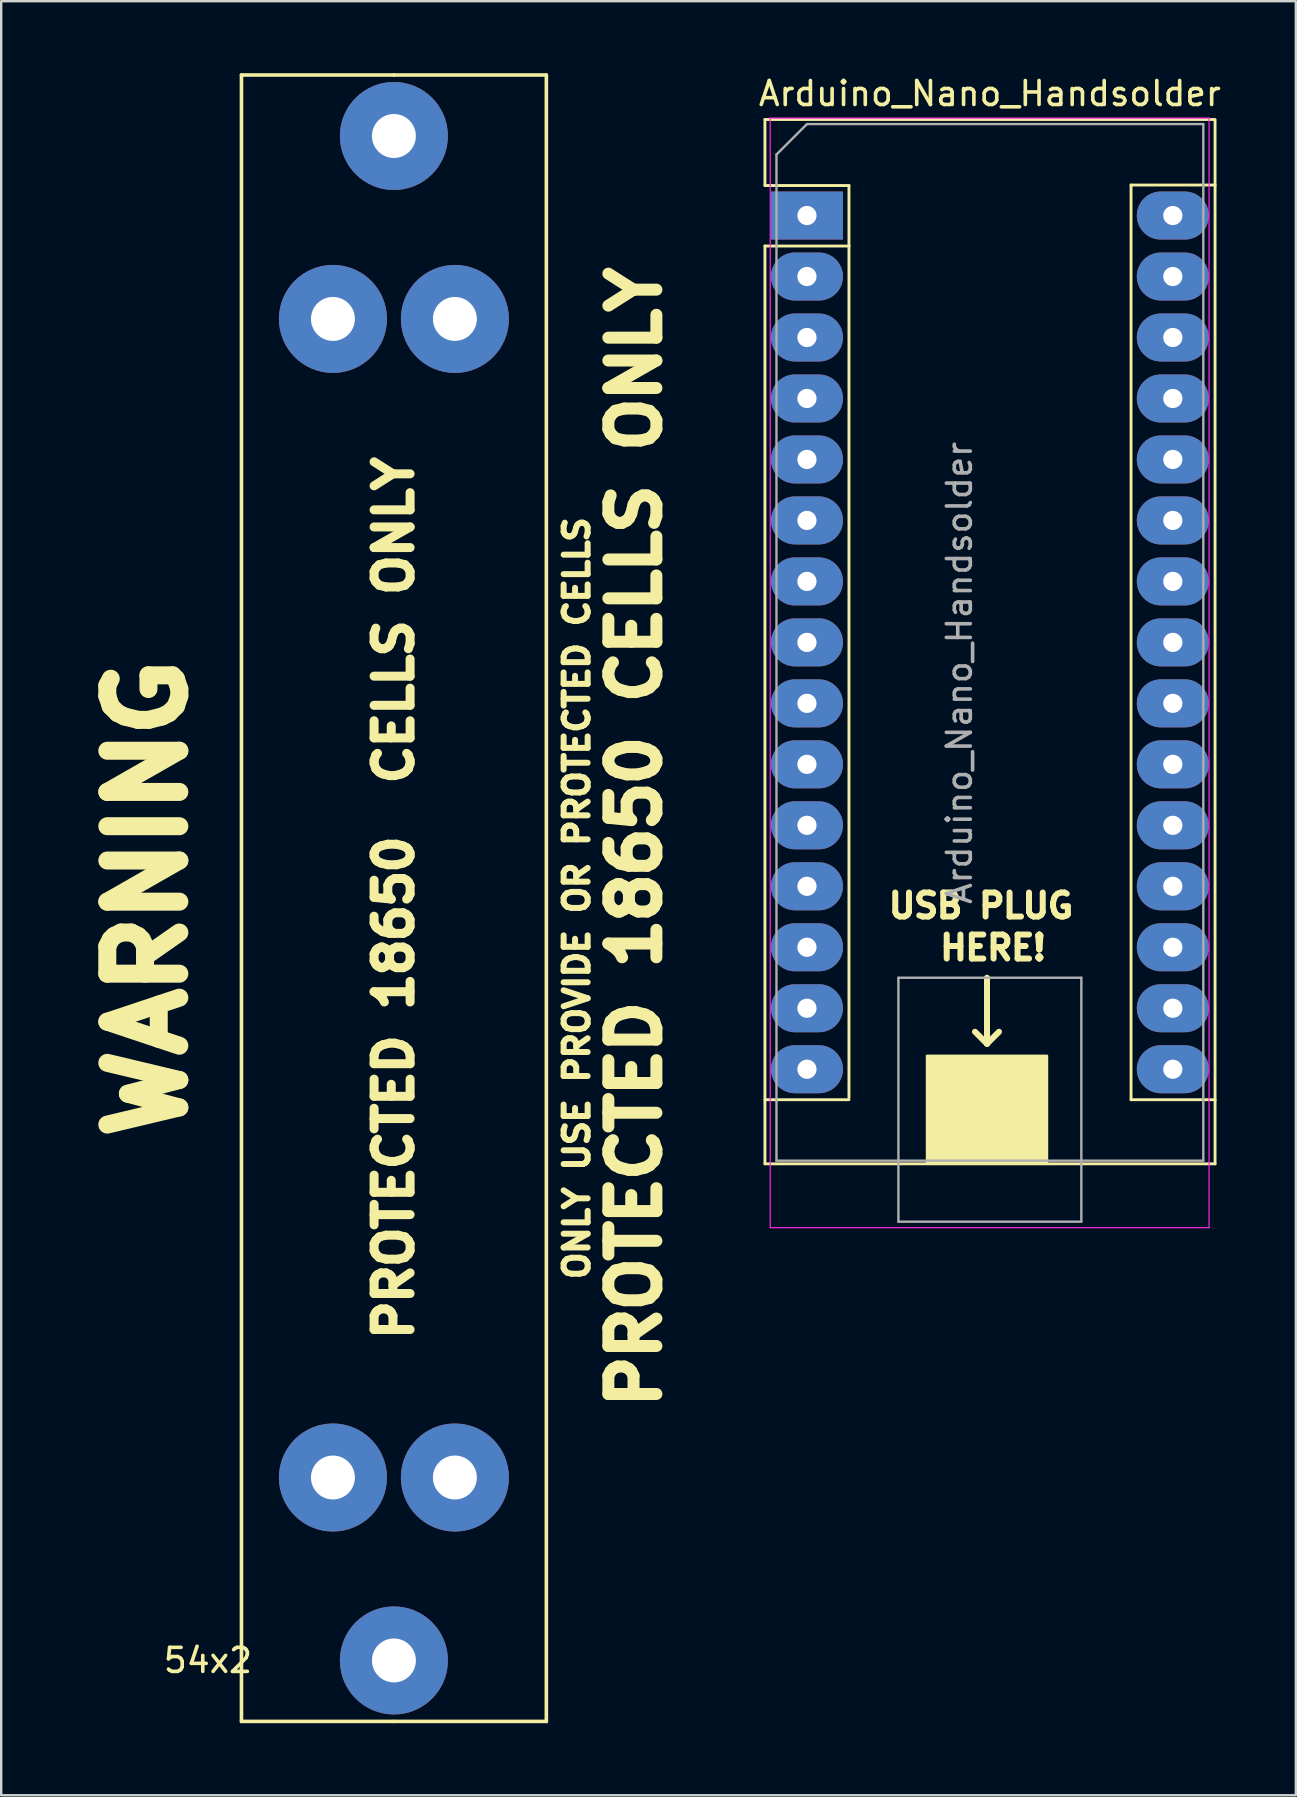
<source format=kicad_pcb>
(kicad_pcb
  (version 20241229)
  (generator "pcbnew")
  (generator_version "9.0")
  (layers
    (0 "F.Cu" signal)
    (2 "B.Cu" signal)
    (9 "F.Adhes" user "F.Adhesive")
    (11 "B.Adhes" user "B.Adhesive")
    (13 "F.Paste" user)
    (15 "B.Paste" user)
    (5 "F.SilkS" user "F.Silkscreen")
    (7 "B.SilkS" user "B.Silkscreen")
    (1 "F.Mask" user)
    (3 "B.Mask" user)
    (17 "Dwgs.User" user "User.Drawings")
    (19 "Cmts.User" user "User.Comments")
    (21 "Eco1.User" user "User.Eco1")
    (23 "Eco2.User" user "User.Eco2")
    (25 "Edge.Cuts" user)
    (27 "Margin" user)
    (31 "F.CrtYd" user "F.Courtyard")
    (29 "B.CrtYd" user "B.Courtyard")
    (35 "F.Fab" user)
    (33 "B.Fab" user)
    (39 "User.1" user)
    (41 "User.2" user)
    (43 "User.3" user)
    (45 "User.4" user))
  (footprint "54x2"
    (layer "F.Cu")
    (at 13.358 34.365)
    (property "Reference" "54x2" (at -7.747 31.75 0) (layer "F.SilkS") (effects (font (size 1 1) (thickness 0.15))))
    (attr through_hole)
    (fp_line (start -6.35 -34.29) (end -6.35 34.29) (stroke (width 0.15) (type solid)) (layer "F.SilkS"))
    (fp_line (start -6.35 34.29) (end 0 34.29) (stroke (width 0.15) (type solid)) (layer "F.SilkS"))
    (fp_line (start 0 -34.29) (end -6.35 -34.29) (stroke (width 0.15) (type solid)) (layer "F.SilkS"))
    (fp_line (start 0 34.29) (end 6.35 34.29) (stroke (width 0.15) (type solid)) (layer "F.SilkS"))
    (fp_line (start 6.35 -34.29) (end 0 -34.29) (stroke (width 0.15) (type solid)) (layer "F.SilkS"))
    (fp_line (start 6.35 34.29) (end 6.35 -34.29) (stroke (width 0.15) (type solid)) (layer "F.SilkS"))
    (fp_text user "PROTECTED 18650  CELLS ONLY" (at 0 0 90) (layer "F.SilkS") (effects (font (size 1.5 1.5) (thickness 0.375))))
    (fp_text user "WARNING" (at -10.287 0.0003 90) (layer "F.SilkS") (effects (font (size 3 3) (thickness 0.75))))
    (fp_text user "PROTECTED 18650 CELLS ONLY" (at 10.034 -2.54 90) (layer "F.SilkS") (effects (font (size 2 2) (thickness 0.5))))
    (fp_text user "ONLY USE PROVIDE OR PROTECTED CELLS" (at 7.62 0 90) (layer "F.SilkS") (effects (font (size 1 1) (thickness 0.25))))
    (pad "1" thru_hole circle (at -2.54 -24.13) (size 4.5 4.5) (drill 1.83) (layers "*.Cu" "*.Mask"))
    (pad "1" thru_hole circle (at 0 -31.75) (size 4.5 4.5) (drill 1.83) (layers "*.Cu" "*.Mask"))
    (pad "1" thru_hole circle (at 2.54 -24.13) (size 4.5 4.5) (drill 1.83) (layers "*.Cu" "*.Mask"))
    (pad "2" thru_hole circle (at -2.54 24.13 180) (size 4.5 4.5) (drill 1.83) (layers "*.Cu" "*.Mask"))
    (pad "2" thru_hole circle (at 0 31.75 180) (size 4.5 4.5) (drill 1.83) (layers "*.Cu" "*.Mask"))
    (pad "2" thru_hole circle (at 2.54 24.13 180) (size 4.5 4.5) (drill 1.83) (layers "*.Cu" "*.Mask")))
  (footprint "Arduino_Nano_Handsolder"
    (layer "F.Cu")
    (at 30.563 5.928)
    (property "Reference" "Arduino_Nano_Handsolder" (at 7.62 -5.08 0) (layer "F.SilkS") (effects (font (size 1 1) (thickness 0.15))))
    (attr through_hole)
    (fp_line (start -1.75 -4) (end -1.75 -1.25) (stroke (width 0.12) (type solid)) (layer "F.SilkS"))
    (fp_line (start -1.75 1.27) (end -1.75 39.5) (stroke (width 0.12) (type solid)) (layer "F.SilkS"))
    (fp_line (start -1.75 39.5) (end 17 39.5) (stroke (width 0.12) (type solid)) (layer "F.SilkS"))
    (fp_line (start 1.75 -1.25) (end -1.75 -1.25) (stroke (width 0.12) (type solid)) (layer "F.SilkS"))
    (fp_line (start 1.75 1.27) (end -1.75 1.27) (stroke (width 0.12) (type solid)) (layer "F.SilkS"))
    (fp_line (start 1.75 1.27) (end 1.75 -1.25) (stroke (width 0.12) (type solid)) (layer "F.SilkS"))
    (fp_line (start 1.75 1.27) (end 1.75 36.75) (stroke (width 0.12) (type solid)) (layer "F.SilkS"))
    (fp_line (start 1.75 36.83) (end -1.75 36.83) (stroke (width 0.12) (type solid)) (layer "F.SilkS"))
    (fp_line (start 7.5 31.75) (end 7.5 34.5) (stroke (width 0.25) (type solid)) (layer "F.SilkS"))
    (fp_line (start 7.5 34.5) (end 7 34) (stroke (width 0.25) (type solid)) (layer "F.SilkS"))
    (fp_line (start 7.5 34.5) (end 8 34) (stroke (width 0.25) (type solid)) (layer "F.SilkS"))
    (fp_line (start 13.5 -1.27) (end 13.5 36.83) (stroke (width 0.12) (type solid)) (layer "F.SilkS"))
    (fp_line (start 13.5 -1.27) (end 17 -1.27) (stroke (width 0.12) (type solid)) (layer "F.SilkS"))
    (fp_line (start 13.5 36.83) (end 17 36.83) (stroke (width 0.12) (type solid)) (layer "F.SilkS"))
    (fp_line (start 17 -4) (end -1.75 -4) (stroke (width 0.12) (type solid)) (layer "F.SilkS"))
    (fp_line (start 17 39.5) (end 17 -3.94) (stroke (width 0.12) (type solid)) (layer "F.SilkS"))
    (fp_poly (pts (xy 5 35) (xy 10 35) (xy 10 39.5) (xy 5 39.5)) (stroke (width 0.1) (type solid)) (fill yes) (layer "F.SilkS"))
    (fp_line (start -1.53 -4.06) (end -1.53 42.16) (stroke (width 0.05) (type solid)) (layer "F.CrtYd"))
    (fp_line (start -1.53 -4.06) (end 16.75 -4.06) (stroke (width 0.05) (type solid)) (layer "F.CrtYd"))
    (fp_line (start 16.75 42.16) (end -1.53 42.16) (stroke (width 0.05) (type solid)) (layer "F.CrtYd"))
    (fp_line (start 16.75 42.16) (end 16.75 -4.06) (stroke (width 0.05) (type solid)) (layer "F.CrtYd"))
    (fp_line (start -1.27 -2.54) (end 0 -3.81) (stroke (width 0.1) (type solid)) (layer "F.Fab"))
    (fp_line (start -1.27 39.37) (end -1.27 -2.54) (stroke (width 0.1) (type solid)) (layer "F.Fab"))
    (fp_line (start 0 -3.81) (end 16.51 -3.81) (stroke (width 0.1) (type solid)) (layer "F.Fab"))
    (fp_line (start 3.81 31.75) (end 11.43 31.75) (stroke (width 0.1) (type solid)) (layer "F.Fab"))
    (fp_line (start 3.81 41.91) (end 3.81 31.75) (stroke (width 0.1) (type solid)) (layer "F.Fab"))
    (fp_line (start 11.43 31.75) (end 11.43 41.91) (stroke (width 0.1) (type solid)) (layer "F.Fab"))
    (fp_line (start 11.43 41.91) (end 3.81 41.91) (stroke (width 0.1) (type solid)) (layer "F.Fab"))
    (fp_line (start 16.51 -3.81) (end 16.51 39.37) (stroke (width 0.1) (type solid)) (layer "F.Fab"))
    (fp_line (start 16.51 39.37) (end -1.27 39.37) (stroke (width 0.1) (type solid)) (layer "F.Fab"))
    (fp_text user "USB PLUG" (at 7.25 28.75 0) (layer "F.SilkS") (effects (font (size 1 1) (thickness 0.25))))
    (fp_text user "HERE!" (at 7.75 30.5 0) (layer "F.SilkS") (effects (font (size 1 1) (thickness 0.25))))
    (fp_text user "${REFERENCE}" (at 6.35 19.05 90) (layer "F.Fab") (effects (font (size 1 1) (thickness 0.15))))
    (pad "1" thru_hole rect (at 0 0) (size 3 2) (drill 0.8) (layers "*.Cu" "*.Mask"))
    (pad "2" thru_hole oval (at 0 2.54) (size 3 2) (drill 0.8) (layers "*.Cu" "*.Mask"))
    (pad "3" thru_hole oval (at 0 5.08) (size 3 2) (drill 0.8) (layers "*.Cu" "*.Mask"))
    (pad "4" thru_hole oval (at 0 7.62) (size 3 2) (drill 0.8) (layers "*.Cu" "*.Mask"))
    (pad "5" thru_hole oval (at 0 10.16) (size 3 2) (drill 0.8) (layers "*.Cu" "*.Mask"))
    (pad "6" thru_hole oval (at 0 12.7) (size 3 2) (drill 0.8) (layers "*.Cu" "*.Mask"))
    (pad "7" thru_hole oval (at 0 15.24) (size 3 2) (drill 0.8) (layers "*.Cu" "*.Mask"))
    (pad "8" thru_hole oval (at 0 17.78) (size 3 2) (drill 0.8) (layers "*.Cu" "*.Mask"))
    (pad "9" thru_hole oval (at 0 20.32) (size 3 2) (drill 0.8) (layers "*.Cu" "*.Mask"))
    (pad "10" thru_hole oval (at 0 22.86) (size 3 2) (drill 0.8) (layers "*.Cu" "*.Mask"))
    (pad "11" thru_hole oval (at 0 25.4) (size 3 2) (drill 0.8) (layers "*.Cu" "*.Mask"))
    (pad "12" thru_hole oval (at 0 27.94) (size 3 2) (drill 0.8) (layers "*.Cu" "*.Mask"))
    (pad "13" thru_hole oval (at 0 30.48) (size 3 2) (drill 0.8) (layers "*.Cu" "*.Mask"))
    (pad "14" thru_hole oval (at 0 33.02) (size 3 2) (drill 0.8) (layers "*.Cu" "*.Mask"))
    (pad "15" thru_hole oval (at 0 35.56) (size 3 2) (drill 0.8) (layers "*.Cu" "*.Mask"))
    (pad "16" thru_hole oval (at 15.24 35.56) (size 3 2) (drill 0.8) (layers "*.Cu" "*.Mask"))
    (pad "17" thru_hole oval (at 15.24 33.02) (size 3 2) (drill 0.8) (layers "*.Cu" "*.Mask"))
    (pad "18" thru_hole oval (at 15.24 30.48) (size 3 2) (drill 0.8) (layers "*.Cu" "*.Mask"))
    (pad "19" thru_hole oval (at 15.24 27.94) (size 3 2) (drill 0.8) (layers "*.Cu" "*.Mask"))
    (pad "20" thru_hole oval (at 15.24 25.4) (size 3 2) (drill 0.8) (layers "*.Cu" "*.Mask"))
    (pad "21" thru_hole oval (at 15.24 22.86) (size 3 2) (drill 0.8) (layers "*.Cu" "*.Mask"))
    (pad "22" thru_hole oval (at 15.24 20.32) (size 3 2) (drill 0.8) (layers "*.Cu" "*.Mask"))
    (pad "23" thru_hole oval (at 15.24 17.78) (size 3 2) (drill 0.8) (layers "*.Cu" "*.Mask"))
    (pad "24" thru_hole oval (at 15.24 15.24) (size 3 2) (drill 0.8) (layers "*.Cu" "*.Mask"))
    (pad "25" thru_hole oval (at 15.24 12.7) (size 3 2) (drill 0.8) (layers "*.Cu" "*.Mask"))
    (pad "26" thru_hole oval (at 15.24 10.16) (size 3 2) (drill 0.8) (layers "*.Cu" "*.Mask"))
    (pad "27" thru_hole oval (at 15.24 7.62) (size 3 2) (drill 0.8) (layers "*.Cu" "*.Mask"))
    (pad "28" thru_hole oval (at 15.24 5.08) (size 3 2) (drill 0.8) (layers "*.Cu" "*.Mask"))
    (pad "29" thru_hole oval (at 15.24 2.54) (size 3 2) (drill 0.8) (layers "*.Cu" "*.Mask"))
    (pad "30" thru_hole oval (at 15.24 0) (size 3 2) (drill 0.8) (layers "*.Cu" "*.Mask")))
  (gr_rect
    (start -3 -3)
    (end 50.927 71.73)
    (stroke (width 0.1) (type default))
    (fill no)
    (layer "Edge.Cuts")))
</source>
